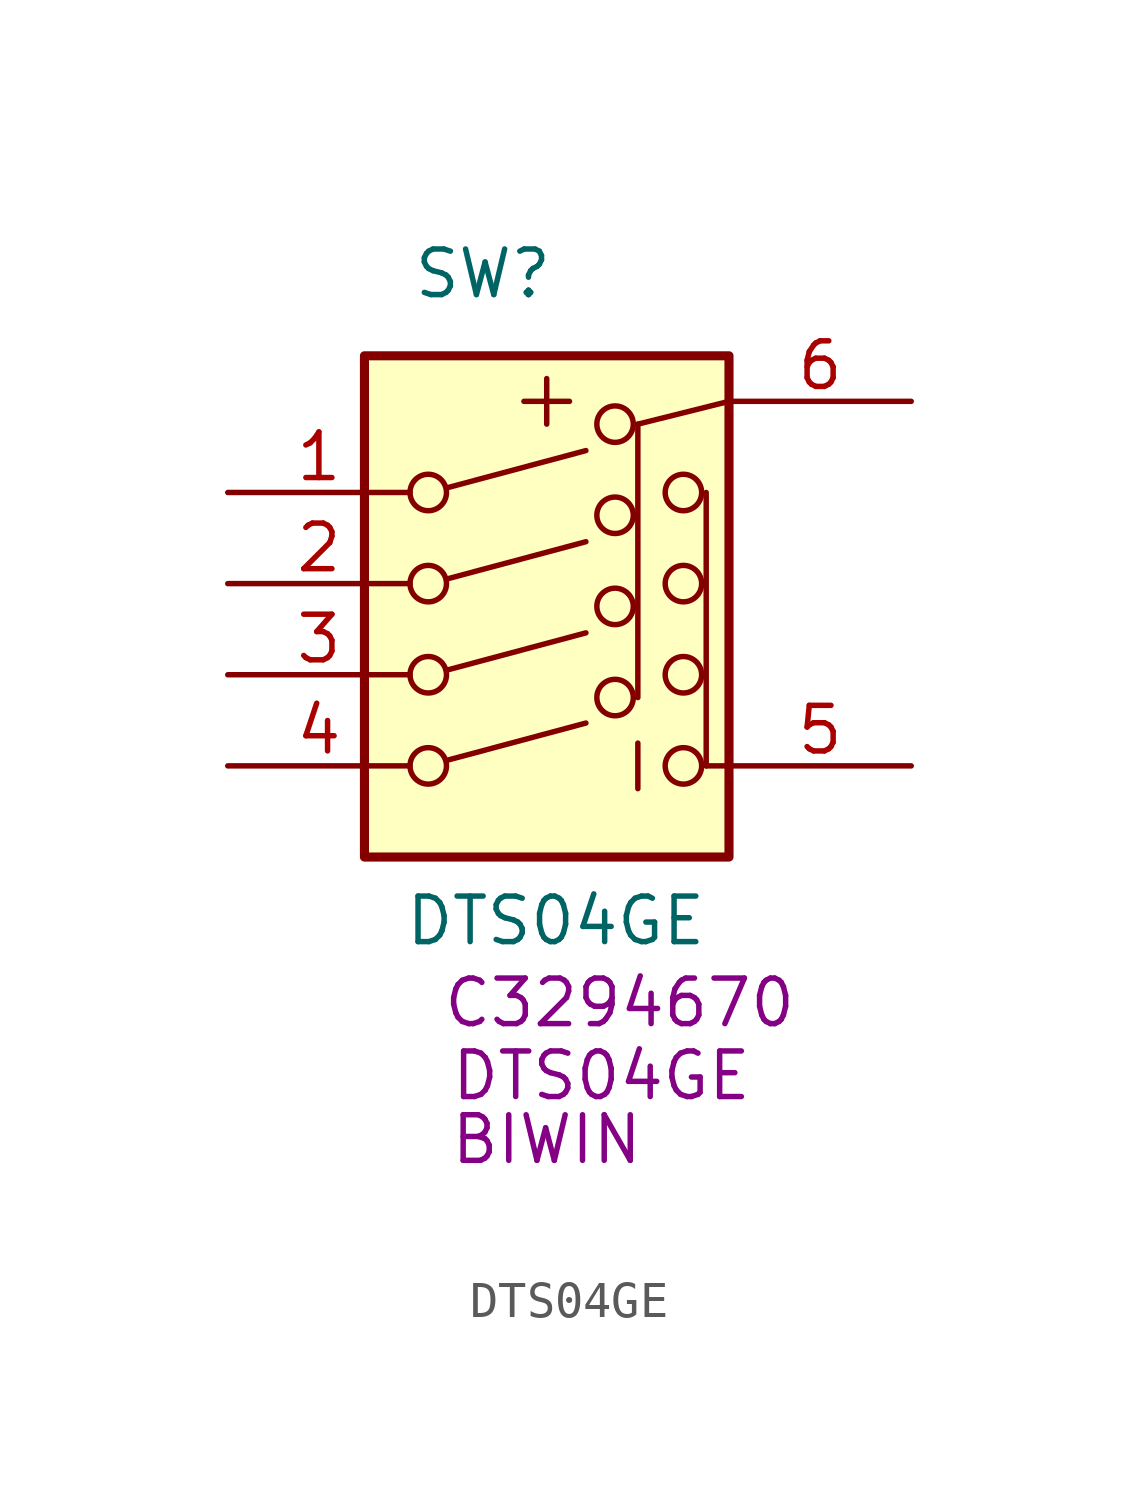
<source format=kicad_sym>
(kicad_symbol_lib
  (version 20231120)
  (generator "kicad_symbol_editor")
  (generator_version "8.0")
  (symbol "DTS04GE"
    (pin_names
      (offset 0) hide)
    (property "Reference" "SW"
      (at -0.508 11.176 0)
      (effects (font (size 1.27 1.27))))
    (property "Value" "DTS04GE"
      (at 1.524 -6.858 0)
      (effects (font (size 1.27 1.27))))
    (property "MFR.Part #" "DTS04GE"
      (at 2.794 -11.176 0)
      (effects (font (size 1.27 1.27))))
    (property "JLCPCB Part #" "C3294670"
      (at 3.302 -9.144 0)
      (effects (font (size 1.27 1.27))))
    (property "Manufacturer" "BIWIN"
      (at 1.27 -12.954 0)
      (effects (font (size 1.27 1.27))))
    (symbol "DTS04GE_0_0"
      (circle (center -2.032 -2.54) (radius 0.508) (stroke (width 0) (type default)) (fill (type none)))
      (circle (center -2.032 0) (radius 0.508) (stroke (width 0) (type default)) (fill (type none)))
      (circle (center -2.032 2.54) (radius 0.508) (stroke (width 0) (type default)) (fill (type none)))
      (circle (center -2.032 5.08) (radius 0.508) (stroke (width 0) (type default)) (fill (type none)))
      (polyline (pts (xy -1.524 -2.388) (xy 2.362 -1.346)) (stroke (width 0) (type default)) (fill (type none)))
      (polyline (pts (xy -1.524 0.127) (xy 2.362 1.168)) (stroke (width 0) (type default)) (fill (type none)))
      (polyline (pts (xy -1.524 2.667) (xy 2.362 3.708)) (stroke (width 0) (type default)) (fill (type none)))
      (polyline (pts (xy -1.524 5.207) (xy 2.362 6.248)) (stroke (width 0) (type default)) (fill (type none)))
      (circle (center 3.175 -0.635) (radius 0.508) (stroke (width 0) (type default)) (fill (type none)))
      (circle (center 3.175 1.905) (radius 0.508) (stroke (width 0) (type default)) (fill (type none)))
      (circle (center 3.175 4.445) (radius 0.508) (stroke (width 0) (type default)) (fill (type none)))
      (circle (center 3.175 6.985) (radius 0.508) (stroke (width 0) (type default)) (fill (type none)))
      (circle (center 5.08 -2.54) (radius 0.508) (stroke (width 0) (type default)) (fill (type none)))
      (circle (center 5.08 0) (radius 0.508) (stroke (width 0) (type default)) (fill (type none)))
      (circle (center 5.08 2.54) (radius 0.508) (stroke (width 0) (type default)) (fill (type none)))
      (circle (center 5.08 5.08) (radius 0.508) (stroke (width 0) (type default)) (fill (type none))))
    (symbol "DTS04GE_0_1"
      (rectangle (start -3.81 8.89) (end 6.35 -5.08) (stroke (width 0.254) (type default)) (fill (type background)))
      (polyline (pts (xy 0.635 7.62) (xy 1.905 7.62)) (stroke (width 0) (type default)) (fill (type none)))
      (polyline (pts (xy 1.27 6.985) (xy 1.27 8.255)) (stroke (width 0) (type default)) (fill (type none)))
      (polyline (pts (xy 3.81 -3.175) (xy 3.81 -1.905)) (stroke (width 0) (type default)) (fill (type none)))
      (polyline (pts (xy 6.35 -2.54) (xy 5.715 -2.54)) (stroke (width 0) (type default)) (fill (type none)))
      (polyline (pts (xy 6.35 7.62) (xy 3.81 6.985)) (stroke (width 0) (type default)) (fill (type none)))
      (polyline (pts (xy 3.81 -0.635) (xy 3.81 -0.635) (xy 3.81 6.985)) (stroke (width 0) (type default)) (fill (type none)))
      (polyline (pts (xy 5.715 -2.54) (xy 5.715 -2.54) (xy 5.715 5.08)) (stroke (width 0) (type default)) (fill (type none))))
    (symbol "DTS04GE_1_1"
      (pin passive line (at -7.62 5.08 0) (length 5.08) (name "~" (effects (font (size 1.27 1.27)))) (number "1" (effects (font (size 1.27 1.27)))))
      (pin passive line (at -7.62 2.54 0) (length 5.08) (name "~" (effects (font (size 1.27 1.27)))) (number "2" (effects (font (size 1.27 1.27)))))
      (pin passive line (at -7.62 0 0) (length 5.08) (name "~" (effects (font (size 1.27 1.27)))) (number "3" (effects (font (size 1.27 1.27)))))
      (pin passive line (at -7.62 -2.54 0) (length 5.08) (name "~" (effects (font (size 1.27 1.27)))) (number "4" (effects (font (size 1.27 1.27)))))
      (pin passive line (at 11.43 -2.54 180) (length 5.08) (name "~" (effects (font (size 1.27 1.27)))) (number "5" (effects (font (size 1.27 1.27)))))
      (pin passive line (at 11.43 7.62 180) (length 5.08) (name "~" (effects (font (size 1.27 1.27)))) (number "6" (effects (font (size 1.27 1.27))))))))
</source>
